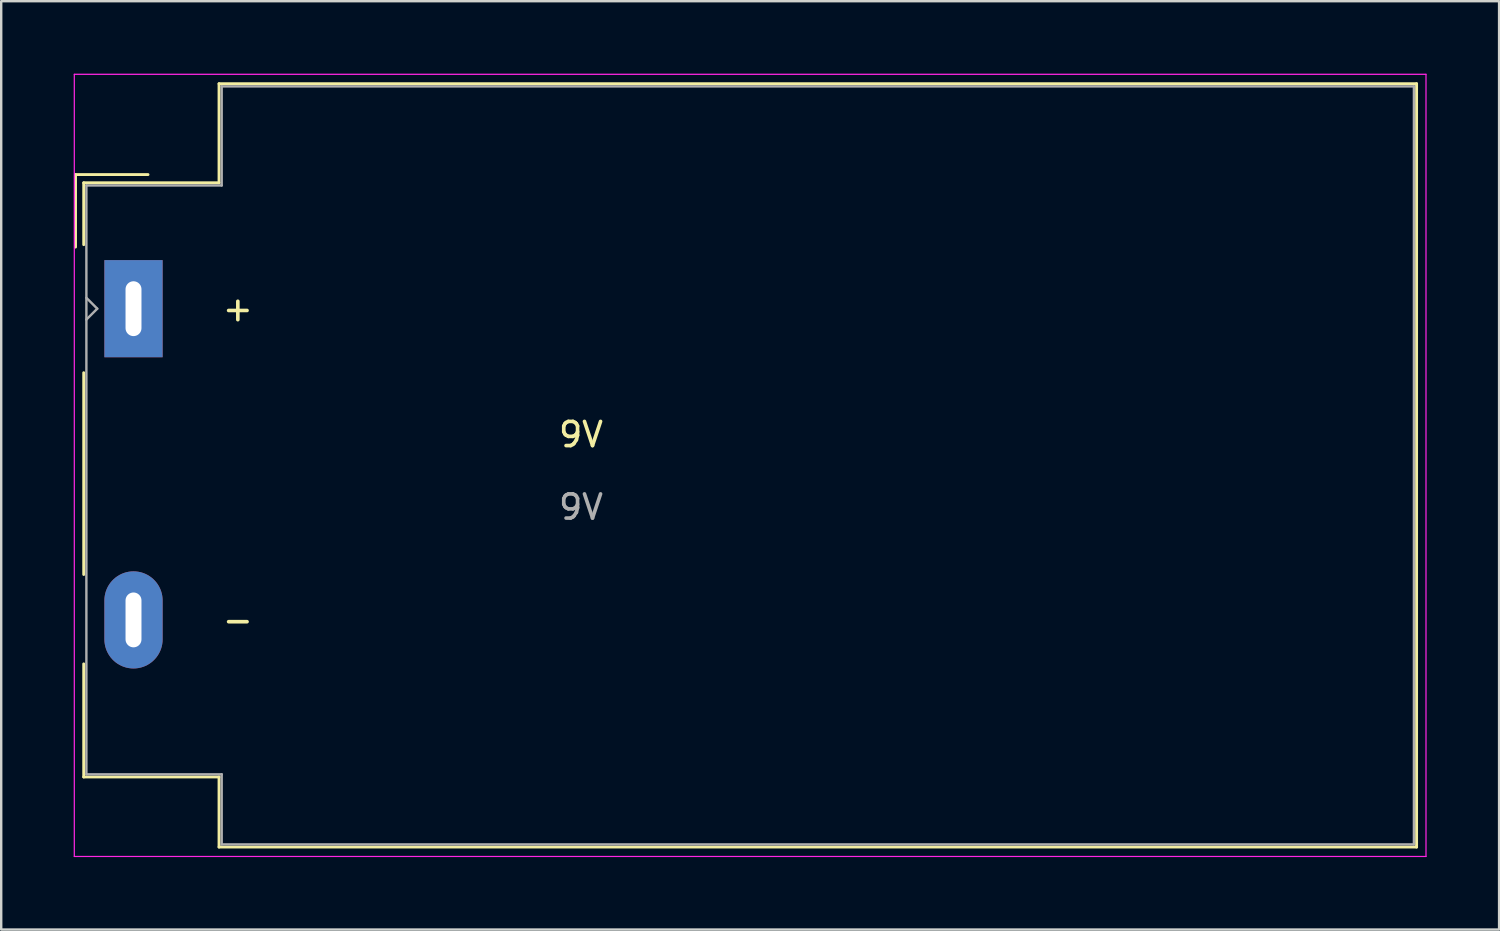
<source format=kicad_pcb>
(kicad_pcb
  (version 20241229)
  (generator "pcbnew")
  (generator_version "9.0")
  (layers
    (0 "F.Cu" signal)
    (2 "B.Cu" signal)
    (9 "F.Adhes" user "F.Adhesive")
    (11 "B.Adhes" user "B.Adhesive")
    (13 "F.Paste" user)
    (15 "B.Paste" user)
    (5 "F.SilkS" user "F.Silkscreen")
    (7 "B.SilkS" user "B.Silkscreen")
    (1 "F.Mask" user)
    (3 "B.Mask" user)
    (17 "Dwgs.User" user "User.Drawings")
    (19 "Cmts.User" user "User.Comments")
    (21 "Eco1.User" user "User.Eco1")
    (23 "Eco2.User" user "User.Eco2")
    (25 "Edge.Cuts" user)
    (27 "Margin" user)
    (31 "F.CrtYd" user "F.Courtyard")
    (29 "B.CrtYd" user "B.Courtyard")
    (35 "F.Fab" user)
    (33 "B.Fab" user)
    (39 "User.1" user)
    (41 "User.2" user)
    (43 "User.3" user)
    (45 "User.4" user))
  (footprint "9V"
    (layer "F.Cu")
    (at 20.995 15.435)
    (property "Reference" "9V" (at 0 -0.5 0) (unlocked yes) (layer "F.SilkS") (effects (font (size 1 1) (thickness 0.15))))
    (fp_line (start -20.92 -11.26) (end -20.92 -8.26) (stroke (width 0.12) (type solid)) (layer "F.SilkS"))
    (fp_line (start -20.92 -11.26) (end -17.92 -11.26) (stroke (width 0.12) (type solid)) (layer "F.SilkS"))
    (fp_line (start -20.58 -10.92) (end -20.58 -8.36) (stroke (width 0.12) (type solid)) (layer "F.SilkS"))
    (fp_line (start -20.58 -3.06) (end -20.58 5.29) (stroke (width 0.12) (type solid)) (layer "F.SilkS"))
    (fp_line (start -20.58 13.67) (end -20.58 8.99) (stroke (width 0.12) (type solid)) (layer "F.SilkS"))
    (fp_line (start -14.98 -15.02) (end -14.98 -10.92) (stroke (width 0.12) (type solid)) (layer "F.SilkS"))
    (fp_line (start -14.98 -10.92) (end -20.58 -10.92) (stroke (width 0.12) (type solid)) (layer "F.SilkS"))
    (fp_line (start -14.98 13.67) (end -20.58 13.67) (stroke (width 0.12) (type solid)) (layer "F.SilkS"))
    (fp_line (start -14.98 16.57) (end -14.98 13.67) (stroke (width 0.12) (type solid)) (layer "F.SilkS"))
    (fp_line (start 34.58 -15.02) (end -14.98 -15.02) (stroke (width 0.12) (type solid)) (layer "F.SilkS"))
    (fp_line (start 34.58 16.57) (end -14.98 16.57) (stroke (width 0.12) (type solid)) (layer "F.SilkS"))
    (fp_line (start 34.58 16.57) (end 34.58 -15.02) (stroke (width 0.12) (type solid)) (layer "F.SilkS"))
    (fp_line (start -20.97 -15.41) (end -20.97 16.96) (stroke (width 0.05) (type solid)) (layer "F.CrtYd"))
    (fp_line (start -20.97 -15.41) (end 34.97 -15.41) (stroke (width 0.05) (type solid)) (layer "F.CrtYd"))
    (fp_line (start -20.97 16.96) (end 34.97 16.96) (stroke (width 0.05) (type solid)) (layer "F.CrtYd"))
    (fp_line (start 34.97 16.96) (end 34.97 -15.41) (stroke (width 0.05) (type solid)) (layer "F.CrtYd"))
    (fp_line (start -20.47 -5.26) (end -20.02 -5.71) (stroke (width 0.1) (type solid)) (layer "F.Fab"))
    (fp_line (start -20.47 13.56) (end -20.47 -10.81) (stroke (width 0.1) (type solid)) (layer "F.Fab"))
    (fp_line (start -20.02 -5.71) (end -20.47 -6.16) (stroke (width 0.1) (type solid)) (layer "F.Fab"))
    (fp_line (start -14.87 -14.91) (end 34.47 -14.91) (stroke (width 0.1) (type solid)) (layer "F.Fab"))
    (fp_line (start -14.87 -10.81) (end -20.47 -10.81) (stroke (width 0.1) (type solid)) (layer "F.Fab"))
    (fp_line (start -14.87 -10.81) (end -14.87 -14.91) (stroke (width 0.1) (type solid)) (layer "F.Fab"))
    (fp_line (start -14.87 13.56) (end -20.47 13.56) (stroke (width 0.1) (type solid)) (layer "F.Fab"))
    (fp_line (start -14.87 16.46) (end -14.87 13.56) (stroke (width 0.1) (type solid)) (layer "F.Fab"))
    (fp_line (start -14.87 16.46) (end 34.47 16.46) (stroke (width 0.1) (type solid)) (layer "F.Fab"))
    (fp_line (start 34.47 16.46) (end 34.47 -14.91) (stroke (width 0.1) (type solid)) (layer "F.Fab"))
    (fp_text user "+" (at -14.92 -5.71 0) (layer "F.SilkS") (effects (font (size 1 1) (thickness 0.15)) (justify left)))
    (fp_text user "-" (at -14.92 7.17 0) (layer "F.SilkS") (effects (font (size 1 1) (thickness 0.15)) (justify left)))
    (fp_text user "${REFERENCE}" (at 0 2.5 0) (unlocked yes) (layer "F.Fab") (effects (font (size 1 1) (thickness 0.15))))
    (pad "1" thru_hole rect (at -18.52 -5.71) (size 2.41 4.02) (drill oval 0.66 2.27) (layers "*.Cu" "*.Mask"))
    (pad "2" thru_hole oval (at -18.52 7.17) (size 2.41 4.02) (drill oval 0.66 2.27) (layers "*.Cu" "*.Mask")))
  (gr_rect
    (start -3 -3)
    (end 58.99 35.42)
    (stroke (width 0.1) (type default))
    (fill no)
    (layer "Edge.Cuts")))
</source>
